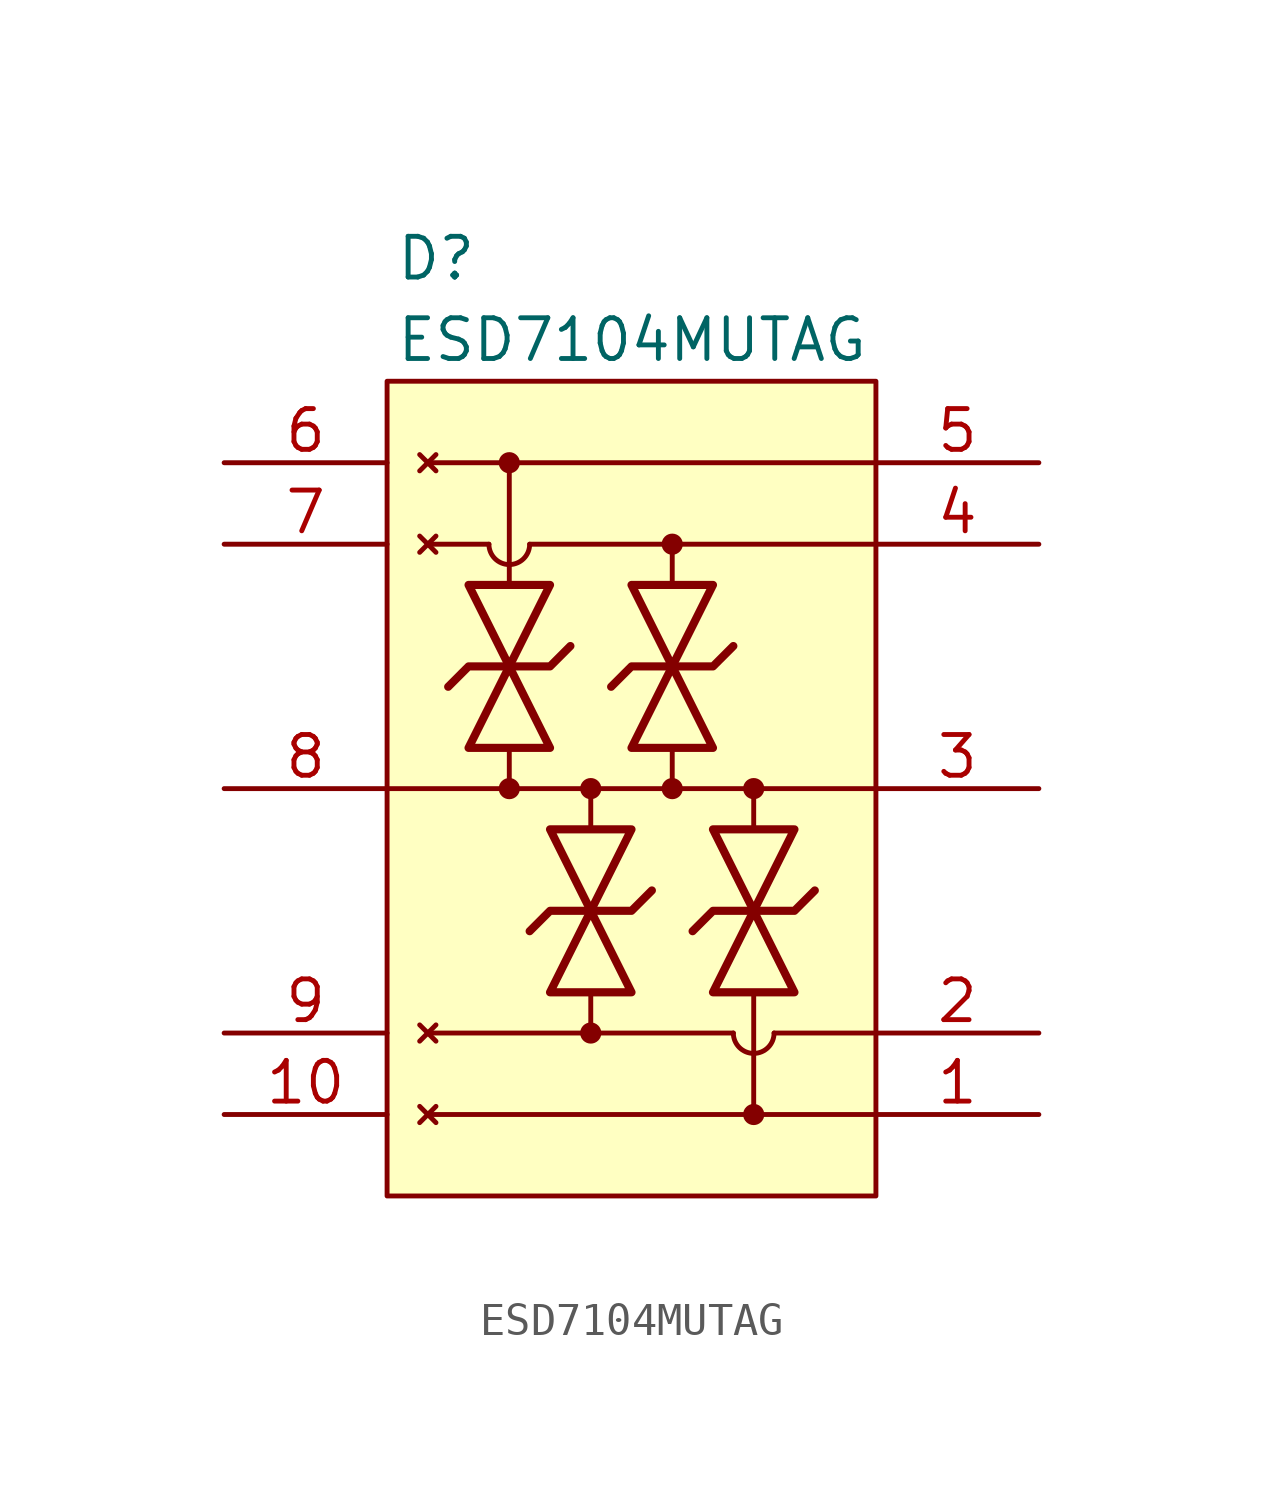
<source format=kicad_sym>
(kicad_symbol_lib
  (version 20231120)
  (generator "kicad_symbol_editor")
  (generator_version "8.0")
  (symbol "ESD7104MUTAG"
    (pin_names hide)
    (property "Reference" "D"
      (at 5.334 7.112 0)
      (effects (font (size 1.27 1.27)) (justify left top)))
    (property "Value" "ESD7104MUTAG"
      (at 5.334 4.572 0)
      (effects (font (size 1.27 1.27)) (justify left top)))
    (symbol "ESD7104MUTAG_0_1"
      (polyline (pts (xy 5.08 -10.16) (xy 20.32 -10.16)) (stroke (width 0) (type default)) (fill (type none)))
      (polyline (pts (xy 6.985 -6.985) (xy 7.62 -6.35) (xy 10.16 -6.35) (xy 10.795 -5.715)) (stroke (width 0.254) (type default)) (fill (type none)))
      (polyline (pts (xy 7.62 -3.81) (xy 8.89 -6.35) (xy 10.16 -3.81) (xy 7.62 -3.81)) (stroke (width 0.254) (type default)) (fill (type none)))
      (polyline (pts (xy 9.525 -14.605) (xy 10.16 -13.97) (xy 12.7 -13.97) (xy 13.335 -13.335)) (stroke (width 0.254) (type default)) (fill (type none)))
      (polyline (pts (xy 10.16 -11.43) (xy 11.43 -13.97) (xy 12.7 -11.43) (xy 10.16 -11.43)) (stroke (width 0.254) (type default)) (fill (type none)))
      (polyline (pts (xy 10.16 -8.89) (xy 8.89 -6.35) (xy 7.62 -8.89) (xy 10.16 -8.89)) (stroke (width 0.254) (type default)) (fill (type none)))
      (polyline (pts (xy 12.065 -6.985) (xy 12.7 -6.35) (xy 15.24 -6.35) (xy 15.875 -5.715)) (stroke (width 0.254) (type default)) (fill (type none)))
      (polyline (pts (xy 12.7 -16.51) (xy 11.43 -13.97) (xy 10.16 -16.51) (xy 12.7 -16.51)) (stroke (width 0.254) (type default)) (fill (type none)))
      (polyline (pts (xy 12.7 -3.81) (xy 13.97 -6.35) (xy 15.24 -3.81) (xy 12.7 -3.81)) (stroke (width 0.254) (type default)) (fill (type none)))
      (polyline (pts (xy 14.605 -14.605) (xy 15.24 -13.97) (xy 17.78 -13.97) (xy 18.415 -13.335)) (stroke (width 0.254) (type default)) (fill (type none)))
      (polyline (pts (xy 15.24 -11.43) (xy 16.51 -13.97) (xy 17.78 -11.43) (xy 15.24 -11.43)) (stroke (width 0.254) (type default)) (fill (type none)))
      (polyline (pts (xy 15.24 -8.89) (xy 13.97 -6.35) (xy 12.7 -8.89) (xy 15.24 -8.89)) (stroke (width 0.254) (type default)) (fill (type none)))
      (polyline (pts (xy 17.78 -16.51) (xy 16.51 -13.97) (xy 15.24 -16.51) (xy 17.78 -16.51)) (stroke (width 0.254) (type default)) (fill (type none))))
    (symbol "ESD7104MUTAG_1_1"
      (polyline (pts (xy 6.096 -20.574) (xy 6.604 -20.066)) (stroke (width 0) (type default)) (fill (type none)))
      (polyline (pts (xy 6.096 -20.066) (xy 6.604 -20.574)) (stroke (width 0) (type default)) (fill (type none)))
      (polyline (pts (xy 6.096 -18.034) (xy 6.604 -17.526)) (stroke (width 0) (type default)) (fill (type none)))
      (polyline (pts (xy 6.096 -17.526) (xy 6.604 -18.034)) (stroke (width 0) (type default)) (fill (type none)))
      (polyline (pts (xy 6.096 -2.794) (xy 6.604 -2.286)) (stroke (width 0) (type default)) (fill (type none)))
      (polyline (pts (xy 6.096 -2.286) (xy 6.604 -2.794)) (stroke (width 0) (type default)) (fill (type none)))
      (polyline (pts (xy 6.096 -0.254) (xy 6.604 0.254)) (stroke (width 0) (type default)) (fill (type none)))
      (polyline (pts (xy 6.096 0.254) (xy 6.604 -0.254)) (stroke (width 0) (type default)) (fill (type none)))
      (polyline (pts (xy 6.35 -20.32) (xy 20.32 -20.32)) (stroke (width 0) (type default)) (fill (type none)))
      (polyline (pts (xy 6.35 -17.78) (xy 15.875 -17.78)) (stroke (width 0) (type default)) (fill (type none)))
      (polyline (pts (xy 6.35 -2.54) (xy 8.255 -2.54)) (stroke (width 0) (type default)) (fill (type none)))
      (polyline (pts (xy 8.89 -8.89) (xy 8.89 -10.16)) (stroke (width 0) (type default)) (fill (type none)))
      (polyline (pts (xy 8.89 0) (xy 8.89 -3.81)) (stroke (width 0) (type default)) (fill (type none)))
      (polyline (pts (xy 9.525 -2.54) (xy 20.32 -2.54)) (stroke (width 0) (type default)) (fill (type none)))
      (polyline (pts (xy 11.43 -17.78) (xy 11.43 -16.51)) (stroke (width 0) (type default)) (fill (type none)))
      (polyline (pts (xy 11.43 -10.16) (xy 11.43 -11.43)) (stroke (width 0) (type default)) (fill (type none)))
      (polyline (pts (xy 13.97 -10.16) (xy 13.97 -8.89)) (stroke (width 0) (type default)) (fill (type none)))
      (polyline (pts (xy 13.97 -2.54) (xy 13.97 -3.81)) (stroke (width 0) (type default)) (fill (type none)))
      (polyline (pts (xy 16.51 -20.32) (xy 16.51 -16.51)) (stroke (width 0) (type default)) (fill (type none)))
      (polyline (pts (xy 16.51 -10.16) (xy 16.51 -11.43)) (stroke (width 0) (type default)) (fill (type none)))
      (polyline (pts (xy 17.145 -17.78) (xy 20.32 -17.78)) (stroke (width 0) (type default)) (fill (type none)))
      (polyline (pts (xy 20.32 0) (xy 6.35 0)) (stroke (width 0) (type default)) (fill (type none)))
      (rectangle (start 5.08 2.54) (end 20.32 -22.86) (stroke (width 0) (type default)) (fill (type background)))
      (arc (start 8.255 -2.54) (mid 8.89 -3.175) (end 9.525 -2.54) (stroke (width 0) (type default)) (fill (type none)))
      (circle (center 8.89 -10.16) (radius 0.254) (stroke (width 0) (type default)) (fill (type outline)))
      (circle (center 8.89 0) (radius 0.254) (stroke (width 0) (type default)) (fill (type outline)))
      (circle (center 11.43 -17.78) (radius 0.254) (stroke (width 0) (type default)) (fill (type outline)))
      (circle (center 11.43 -10.16) (radius 0.254) (stroke (width 0) (type default)) (fill (type outline)))
      (circle (center 13.97 -10.16) (radius 0.254) (stroke (width 0) (type default)) (fill (type outline)))
      (circle (center 13.97 -2.54) (radius 0.254) (stroke (width 0) (type default)) (fill (type outline)))
      (arc (start 15.875 -17.78) (mid 16.51 -18.415) (end 17.145 -17.78) (stroke (width 0) (type default)) (fill (type none)))
      (circle (center 16.51 -20.32) (radius 0.254) (stroke (width 0) (type default)) (fill (type outline)))
      (circle (center 16.51 -10.16) (radius 0.254) (stroke (width 0) (type default)) (fill (type outline)))
      (pin bidirectional line (at 25.4 -20.32 180) (length 5.08) (name "IO_1" (effects (font (size 1.27 1.27)))) (number "1" (effects (font (size 1.27 1.27)))))
      (pin passive line (at 0 -20.32 0) (length 5.08) (name "NC_4" (effects (font (size 1.27 1.27)))) (number "10" (effects (font (size 1.27 1.27)))))
      (pin bidirectional line (at 25.4 -17.78 180) (length 5.08) (name "IO_2" (effects (font (size 1.27 1.27)))) (number "2" (effects (font (size 1.27 1.27)))))
      (pin power_in line (at 25.4 -10.16 180) (length 5.08) (name "GND_1" (effects (font (size 1.27 1.27)))) (number "3" (effects (font (size 1.27 1.27)))))
      (pin bidirectional line (at 25.4 -2.54 180) (length 5.08) (name "IO_3" (effects (font (size 1.27 1.27)))) (number "4" (effects (font (size 1.27 1.27)))))
      (pin bidirectional line (at 25.4 0 180) (length 5.08) (name "IO_4" (effects (font (size 1.27 1.27)))) (number "5" (effects (font (size 1.27 1.27)))))
      (pin passive line (at 0 0 0) (length 5.08) (name "NC_1" (effects (font (size 1.27 1.27)))) (number "6" (effects (font (size 1.27 1.27)))))
      (pin passive line (at 0 -2.54 0) (length 5.08) (name "NC_2" (effects (font (size 1.27 1.27)))) (number "7" (effects (font (size 1.27 1.27)))))
      (pin power_in line (at 0 -10.16 0) (length 5.08) (name "GND_2" (effects (font (size 1.27 1.27)))) (number "8" (effects (font (size 1.27 1.27)))))
      (pin passive line (at 0 -17.78 0) (length 5.08) (name "NC_3" (effects (font (size 1.27 1.27)))) (number "9" (effects (font (size 1.27 1.27))))))))
</source>
